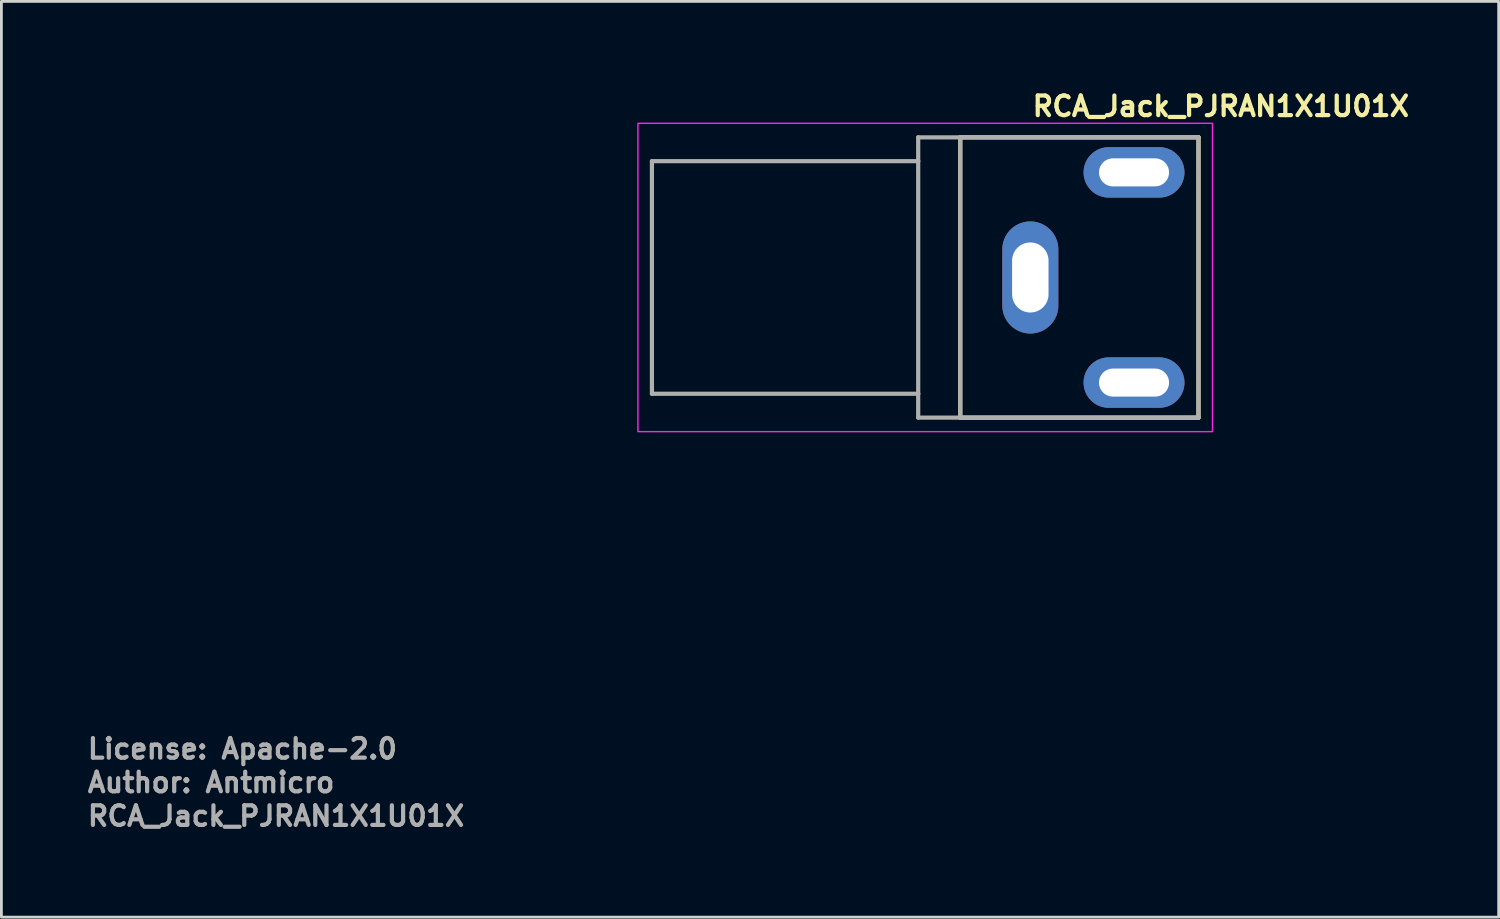
<source format=kicad_pcb>
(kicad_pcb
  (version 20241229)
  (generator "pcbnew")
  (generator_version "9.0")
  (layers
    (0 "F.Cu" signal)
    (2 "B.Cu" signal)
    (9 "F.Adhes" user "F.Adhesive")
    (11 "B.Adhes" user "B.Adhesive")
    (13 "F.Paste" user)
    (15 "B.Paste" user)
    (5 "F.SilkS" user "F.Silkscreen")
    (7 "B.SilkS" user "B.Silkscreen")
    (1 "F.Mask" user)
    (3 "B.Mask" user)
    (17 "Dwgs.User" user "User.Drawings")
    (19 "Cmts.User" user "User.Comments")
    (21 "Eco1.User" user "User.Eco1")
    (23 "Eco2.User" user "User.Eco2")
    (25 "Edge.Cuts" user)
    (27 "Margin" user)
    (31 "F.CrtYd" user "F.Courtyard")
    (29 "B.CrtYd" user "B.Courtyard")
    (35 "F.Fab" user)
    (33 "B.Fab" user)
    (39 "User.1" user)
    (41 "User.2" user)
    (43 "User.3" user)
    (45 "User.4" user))
  (footprint "RCA_Jack_PJRAN1X1U01X"
    (layer "F.Cu")
    (at 33.71 6.85)
    (property "Reference" "RCA_Jack_PJRAN1X1U01X" (at 0 -5.7 0) (layer "F.SilkS") (effects (font (size 0.7 0.7) (thickness 0.15)) (justify left bottom)))
    (attr through_hole)
    (fp_line (start -2.5 -5) (end -2.5 5) (stroke (width 0.15) (type solid)) (layer "F.SilkS"))
    (fp_line (start -2.5 5) (end 6 5) (stroke (width 0.15) (type solid)) (layer "F.SilkS"))
    (fp_line (start 6 -5) (end -2.5 -5) (stroke (width 0.15) (type solid)) (layer "F.SilkS"))
    (fp_line (start 6 5) (end 6 -5) (stroke (width 0.15) (type solid)) (layer "F.SilkS"))
    (fp_rect (start -14 -5.5) (end 6.5 5.5) (stroke (width 0.05) (type solid)) (fill no) (layer "F.CrtYd"))
    (fp_line (start -13.5 -4.15) (end -13.5 4.15) (stroke (width 0.15) (type solid)) (layer "F.Fab"))
    (fp_line (start -13.5 4.15) (end -4 4.15) (stroke (width 0.15) (type solid)) (layer "F.Fab"))
    (fp_line (start -4 -5) (end -4 -4.15) (stroke (width 0.15) (type solid)) (layer "F.Fab"))
    (fp_line (start -4 -4.15) (end -13.5 -4.15) (stroke (width 0.15) (type solid)) (layer "F.Fab"))
    (fp_line (start -4 -4.15) (end -4 4.15) (stroke (width 0.15) (type solid)) (layer "F.Fab"))
    (fp_line (start -4 4.15) (end -4 5) (stroke (width 0.15) (type solid)) (layer "F.Fab"))
    (fp_line (start -4 5) (end -2.5 5) (stroke (width 0.15) (type solid)) (layer "F.Fab"))
    (fp_line (start -2.5 -5) (end -4 -5) (stroke (width 0.15) (type solid)) (layer "F.Fab"))
    (fp_line (start -2.5 -5) (end -2.5 5) (stroke (width 0.15) (type solid)) (layer "F.Fab"))
    (fp_line (start -2.5 5) (end 6 5) (stroke (width 0.15) (type solid)) (layer "F.Fab"))
    (fp_line (start 6 -5) (end -2.5 -5) (stroke (width 0.15) (type solid)) (layer "F.Fab"))
    (fp_line (start 6 5) (end 6 -5) (stroke (width 0.15) (type solid)) (layer "F.Fab"))
    (fp_rect (start 6.007 5.004) (end -13.5 -5.004) (stroke (width 0.1) (type solid)) (fill no) (layer "User.5"))
    (fp_line (start -13.5 -3.645) (end -13.5 -3.49) (stroke (width 0.02) (type solid)) (layer "User.9"))
    (fp_line (start -13.5 -3.554) (end -13.5 -3.645) (stroke (width 0.02) (type solid)) (layer "User.9"))
    (fp_line (start -13.5 -3.554) (end -13.5 -3.554) (stroke (width 0.02) (type solid)) (layer "User.9"))
    (fp_line (start -13.5 -3.49) (end -13.5 -3.49) (stroke (width 0.02) (type solid)) (layer "User.9"))
    (fp_line (start -13.5 -3.49) (end -13.5 -3.04) (stroke (width 0.02) (type solid)) (layer "User.9"))
    (fp_line (start -13.5 -3.284) (end -13.5 -3.554) (stroke (width 0.02) (type solid)) (layer "User.9"))
    (fp_line (start -13.5 -3.284) (end -13.5 -3.284) (stroke (width 0.02) (type solid)) (layer "User.9"))
    (fp_line (start -13.5 -2.85) (end -13.5 -3.284) (stroke (width 0.02) (type solid)) (layer "User.9"))
    (fp_line (start -13.5 -2.85) (end -13.5 -2.85) (stroke (width 0.02) (type solid)) (layer "User.9"))
    (fp_line (start -13.5 -2.273) (end -13.5 -2.85) (stroke (width 0.02) (type solid)) (layer "User.9"))
    (fp_line (start -13.5 -2.273) (end -13.5 -2.273) (stroke (width 0.02) (type solid)) (layer "User.9"))
    (fp_line (start -13.5 -1.581) (end -13.5 -2.273) (stroke (width 0.02) (type solid)) (layer "User.9"))
    (fp_line (start -13.5 -1.581) (end -13.5 -1.581) (stroke (width 0.02) (type solid)) (layer "User.9"))
    (fp_line (start -13.5 -0.811) (end -13.5 -1.581) (stroke (width 0.02) (type solid)) (layer "User.9"))
    (fp_line (start -13.5 -0.811) (end -13.5 -0.811) (stroke (width 0.02) (type solid)) (layer "User.9"))
    (fp_line (start -13.5 0) (end -13.5 -0.811) (stroke (width 0.02) (type solid)) (layer "User.9"))
    (fp_line (start -13.5 0) (end -13.5 0) (stroke (width 0.02) (type solid)) (layer "User.9"))
    (fp_line (start -13.5 0.811) (end -13.5 0) (stroke (width 0.02) (type solid)) (layer "User.9"))
    (fp_line (start -13.5 0.811) (end -13.5 0.811) (stroke (width 0.02) (type solid)) (layer "User.9"))
    (fp_line (start -13.5 1.581) (end -13.5 0.811) (stroke (width 0.02) (type solid)) (layer "User.9"))
    (fp_line (start -13.5 1.581) (end -13.5 1.581) (stroke (width 0.02) (type solid)) (layer "User.9"))
    (fp_line (start -13.5 2.273) (end -13.5 1.581) (stroke (width 0.02) (type solid)) (layer "User.9"))
    (fp_line (start -13.5 2.273) (end -13.5 2.273) (stroke (width 0.02) (type solid)) (layer "User.9"))
    (fp_line (start -13.5 2.85) (end -13.5 2.273) (stroke (width 0.02) (type solid)) (layer "User.9"))
    (fp_line (start -13.5 2.85) (end -13.5 2.85) (stroke (width 0.02) (type solid)) (layer "User.9"))
    (fp_line (start -13.5 3.04) (end -13.5 3.49) (stroke (width 0.02) (type solid)) (layer "User.9"))
    (fp_line (start -13.5 3.284) (end -13.5 2.85) (stroke (width 0.02) (type solid)) (layer "User.9"))
    (fp_line (start -13.5 3.284) (end -13.5 3.284) (stroke (width 0.02) (type solid)) (layer "User.9"))
    (fp_line (start -13.5 3.49) (end -13.5 3.49) (stroke (width 0.02) (type solid)) (layer "User.9"))
    (fp_line (start -13.5 3.49) (end -13.5 3.645) (stroke (width 0.02) (type solid)) (layer "User.9"))
    (fp_line (start -13.5 3.554) (end -13.5 3.284) (stroke (width 0.02) (type solid)) (layer "User.9"))
    (fp_line (start -13.5 3.554) (end -13.5 3.554) (stroke (width 0.02) (type solid)) (layer "User.9"))
    (fp_line (start -13.5 3.645) (end -13.5 3.554) (stroke (width 0.02) (type solid)) (layer "User.9"))
    (fp_line (start -13.499 -3.671) (end -13.5 -3.645) (stroke (width 0.02) (type solid)) (layer "User.9"))
    (fp_line (start -13.499 3.671) (end -13.5 3.645) (stroke (width 0.02) (type solid)) (layer "User.9"))
    (fp_line (start -13.497 -3.697) (end -13.499 -3.671) (stroke (width 0.02) (type solid)) (layer "User.9"))
    (fp_line (start -13.497 3.697) (end -13.499 3.671) (stroke (width 0.02) (type solid)) (layer "User.9"))
    (fp_line (start -13.494 -3.722) (end -13.497 -3.697) (stroke (width 0.02) (type solid)) (layer "User.9"))
    (fp_line (start -13.494 3.722) (end -13.497 3.697) (stroke (width 0.02) (type solid)) (layer "User.9"))
    (fp_line (start -13.49 -3.747) (end -13.494 -3.722) (stroke (width 0.02) (type solid)) (layer "User.9"))
    (fp_line (start -13.49 3.747) (end -13.494 3.722) (stroke (width 0.02) (type solid)) (layer "User.9"))
    (fp_line (start -13.484 -3.772) (end -13.49 -3.747) (stroke (width 0.02) (type solid)) (layer "User.9"))
    (fp_line (start -13.484 3.772) (end -13.49 3.747) (stroke (width 0.02) (type solid)) (layer "User.9"))
    (fp_line (start -13.477 -3.796) (end -13.484 -3.772) (stroke (width 0.02) (type solid)) (layer "User.9"))
    (fp_line (start -13.477 3.796) (end -13.484 3.772) (stroke (width 0.02) (type solid)) (layer "User.9"))
    (fp_line (start -13.469 -3.82) (end -13.477 -3.796) (stroke (width 0.02) (type solid)) (layer "User.9"))
    (fp_line (start -13.469 3.82) (end -13.477 3.796) (stroke (width 0.02) (type solid)) (layer "User.9"))
    (fp_line (start -13.46 -3.843) (end -13.469 -3.82) (stroke (width 0.02) (type solid)) (layer "User.9"))
    (fp_line (start -13.46 3.843) (end -13.469 3.82) (stroke (width 0.02) (type solid)) (layer "User.9"))
    (fp_line (start -13.45 -3.865) (end -13.46 -3.843) (stroke (width 0.02) (type solid)) (layer "User.9"))
    (fp_line (start -13.45 3.865) (end -13.46 3.843) (stroke (width 0.02) (type solid)) (layer "User.9"))
    (fp_line (start -13.439 -3.887) (end -13.45 -3.865) (stroke (width 0.02) (type solid)) (layer "User.9"))
    (fp_line (start -13.439 3.887) (end -13.45 3.865) (stroke (width 0.02) (type solid)) (layer "User.9"))
    (fp_line (start -13.426 -3.908) (end -13.439 -3.887) (stroke (width 0.02) (type solid)) (layer "User.9"))
    (fp_line (start -13.426 3.908) (end -13.439 3.887) (stroke (width 0.02) (type solid)) (layer "User.9"))
    (fp_line (start -13.413 -3.929) (end -13.426 -3.908) (stroke (width 0.02) (type solid)) (layer "User.9"))
    (fp_line (start -13.413 3.929) (end -13.426 3.908) (stroke (width 0.02) (type solid)) (layer "User.9"))
    (fp_line (start -13.399 -3.949) (end -13.413 -3.929) (stroke (width 0.02) (type solid)) (layer "User.9"))
    (fp_line (start -13.399 3.949) (end -13.413 3.929) (stroke (width 0.02) (type solid)) (layer "User.9"))
    (fp_line (start -13.384 -3.968) (end -13.399 -3.949) (stroke (width 0.02) (type solid)) (layer "User.9"))
    (fp_line (start -13.384 3.968) (end -13.399 3.949) (stroke (width 0.02) (type solid)) (layer "User.9"))
    (fp_line (start -13.368 -3.986) (end -13.384 -3.968) (stroke (width 0.02) (type solid)) (layer "User.9"))
    (fp_line (start -13.368 3.986) (end -13.384 3.968) (stroke (width 0.02) (type solid)) (layer "User.9"))
    (fp_line (start -13.351 -4.004) (end -13.368 -3.986) (stroke (width 0.02) (type solid)) (layer "User.9"))
    (fp_line (start -13.351 4.004) (end -13.368 3.986) (stroke (width 0.02) (type solid)) (layer "User.9"))
    (fp_line (start -13.334 -4.021) (end -13.351 -4.004) (stroke (width 0.02) (type solid)) (layer "User.9"))
    (fp_line (start -13.334 4.021) (end -13.351 4.004) (stroke (width 0.02) (type solid)) (layer "User.9"))
    (fp_line (start -13.315 -4.037) (end -13.334 -4.021) (stroke (width 0.02) (type solid)) (layer "User.9"))
    (fp_line (start -13.315 4.037) (end -13.334 4.021) (stroke (width 0.02) (type solid)) (layer "User.9"))
    (fp_line (start -13.296 -4.052) (end -13.315 -4.037) (stroke (width 0.02) (type solid)) (layer "User.9"))
    (fp_line (start -13.296 4.052) (end -13.315 4.037) (stroke (width 0.02) (type solid)) (layer "User.9"))
    (fp_line (start -13.276 -4.066) (end -13.296 -4.052) (stroke (width 0.02) (type solid)) (layer "User.9"))
    (fp_line (start -13.276 4.066) (end -13.296 4.052) (stroke (width 0.02) (type solid)) (layer "User.9"))
    (fp_line (start -13.255 -4.079) (end -13.276 -4.066) (stroke (width 0.02) (type solid)) (layer "User.9"))
    (fp_line (start -13.255 4.079) (end -13.276 4.066) (stroke (width 0.02) (type solid)) (layer "User.9"))
    (fp_line (start -13.234 -4.092) (end -13.255 -4.079) (stroke (width 0.02) (type solid)) (layer "User.9"))
    (fp_line (start -13.234 4.092) (end -13.255 4.079) (stroke (width 0.02) (type solid)) (layer "User.9"))
    (fp_line (start -13.212 -4.103) (end -13.234 -4.092) (stroke (width 0.02) (type solid)) (layer "User.9"))
    (fp_line (start -13.212 4.103) (end -13.234 4.092) (stroke (width 0.02) (type solid)) (layer "User.9"))
    (fp_line (start -13.19 -4.113) (end -13.212 -4.103) (stroke (width 0.02) (type solid)) (layer "User.9"))
    (fp_line (start -13.19 4.113) (end -13.212 4.103) (stroke (width 0.02) (type solid)) (layer "User.9"))
    (fp_line (start -13.167 -4.122) (end -13.19 -4.113) (stroke (width 0.02) (type solid)) (layer "User.9"))
    (fp_line (start -13.167 4.122) (end -13.19 4.113) (stroke (width 0.02) (type solid)) (layer "User.9"))
    (fp_line (start -13.143 -4.13) (end -13.167 -4.122) (stroke (width 0.02) (type solid)) (layer "User.9"))
    (fp_line (start -13.143 4.13) (end -13.167 4.122) (stroke (width 0.02) (type solid)) (layer "User.9"))
    (fp_line (start -13.119 -4.137) (end -13.143 -4.13) (stroke (width 0.02) (type solid)) (layer "User.9"))
    (fp_line (start -13.119 4.137) (end -13.143 4.13) (stroke (width 0.02) (type solid)) (layer "User.9"))
    (fp_line (start -13.094 -4.143) (end -13.119 -4.137) (stroke (width 0.02) (type solid)) (layer "User.9"))
    (fp_line (start -13.094 4.143) (end -13.119 4.137) (stroke (width 0.02) (type solid)) (layer "User.9"))
    (fp_line (start -13.069 -4.147) (end -13.094 -4.143) (stroke (width 0.02) (type solid)) (layer "User.9"))
    (fp_line (start -13.069 4.147) (end -13.094 4.143) (stroke (width 0.02) (type solid)) (layer "User.9"))
    (fp_line (start -13.044 -4.15) (end -13.069 -4.147) (stroke (width 0.02) (type solid)) (layer "User.9"))
    (fp_line (start -13.044 4.15) (end -13.069 4.147) (stroke (width 0.02) (type solid)) (layer "User.9"))
    (fp_line (start -13.018 -4.152) (end -13.044 -4.15) (stroke (width 0.02) (type solid)) (layer "User.9"))
    (fp_line (start -13.018 4.152) (end -13.044 4.15) (stroke (width 0.02) (type solid)) (layer "User.9"))
    (fp_line (start -12.992 -4.153) (end -13.018 -4.152) (stroke (width 0.02) (type solid)) (layer "User.9"))
    (fp_line (start -12.992 -4.153) (end -4 -4.153) (stroke (width 0.02) (type solid)) (layer "User.9"))
    (fp_line (start -12.992 4.153) (end -13.018 4.152) (stroke (width 0.02) (type solid)) (layer "User.9"))
    (fp_line (start -12.992 4.153) (end -4 4.153) (stroke (width 0.02) (type solid)) (layer "User.9"))
    (fp_line (start -4 -2.007) (end -4 -5.004) (stroke (width 0.02) (type solid)) (layer "User.9"))
    (fp_line (start -4 -1.439) (end -4 -2.007) (stroke (width 0.02) (type solid)) (layer "User.9"))
    (fp_line (start -4 1.439) (end -2.578 1.439) (stroke (width 0.02) (type solid)) (layer "User.9"))
    (fp_line (start -4 2.007) (end -4 1.439) (stroke (width 0.02) (type solid)) (layer "User.9"))
    (fp_line (start -4 5.004) (end -4 2.007) (stroke (width 0.02) (type solid)) (layer "User.9"))
    (fp_line (start -2.578 -1.439) (end -4 -1.439) (stroke (width 0.02) (type solid)) (layer "User.9"))
    (fp_line (start -2.578 -1.439) (end -2.578 1.439) (stroke (width 0.02) (type solid)) (layer "User.9"))
    (fp_line (start -2.578 1.439) (end -2.578 -1.439) (stroke (width 0.02) (type solid)) (layer "User.9"))
    (fp_line (start 6.007 -5.004) (end -4 -5.004) (stroke (width 0.02) (type solid)) (layer "User.9"))
    (fp_line (start 6.007 -2.007) (end -4 -2.007) (stroke (width 0.02) (type solid)) (layer "User.9"))
    (fp_line (start 6.007 -2.007) (end 6.007 -5.004) (stroke (width 0.02) (type solid)) (layer "User.9"))
    (fp_line (start 6.007 2.007) (end -4 2.007) (stroke (width 0.02) (type solid)) (layer "User.9"))
    (fp_line (start 6.007 2.007) (end 6.007 -2.007) (stroke (width 0.02) (type solid)) (layer "User.9"))
    (fp_line (start 6.007 5.004) (end -4 5.004) (stroke (width 0.02) (type solid)) (layer "User.9"))
    (fp_line (start 6.007 5.004) (end 6.007 2.007) (stroke (width 0.02) (type solid)) (layer "User.9"))
    (fp_text user "Author: Antmicro" (at -33.71 18.425 0) (layer "F.Fab") (effects (font (size 0.7 0.7) (thickness 0.15)) (justify left bottom)))
    (fp_text user "License: Apache-2.0" (at -33.71 17.225 0) (layer "F.Fab") (effects (font (size 0.7 0.7) (thickness 0.15)) (justify left bottom)))
    (fp_text user "${REFERENCE}" (at -33.71 19.625 0) (layer "F.Fab") (effects (font (size 0.7 0.7) (thickness 0.15)) (justify left bottom)))
    (pad "1" thru_hole oval (at 0 0 270) (size 4 2) (drill oval 2.5 1.3) (layers "*.Cu" "*.Mask"))
    (pad "2" thru_hole oval (at 3.7 -3.75 270) (size 1.8 3.6) (drill oval 1 2.5) (layers "*.Cu" "*.Mask"))
    (pad "3" thru_hole oval (at 3.7 3.75 270) (size 1.8 3.6) (drill oval 1 2.5) (layers "*.Cu" "*.Mask")))
  (gr_rect
    (start -3 -3)
    (end 50.42 29.671)
    (stroke (width 0.1) (type default))
    (fill no)
    (layer "Edge.Cuts")))
</source>
